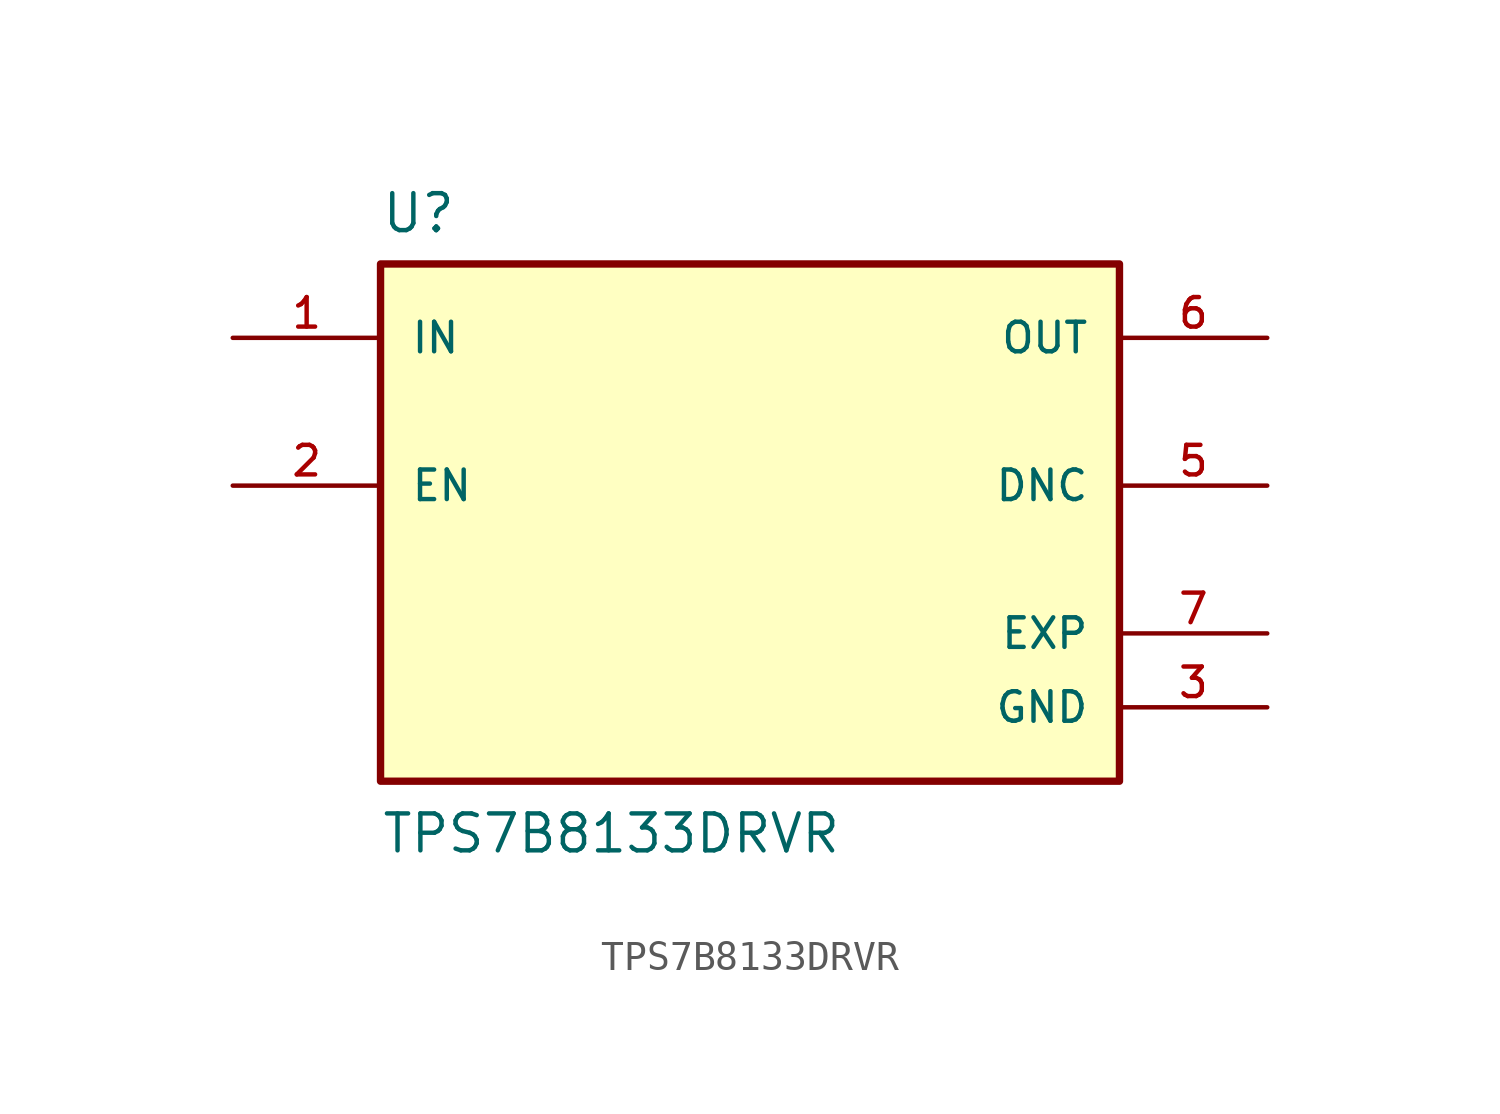
<source format=kicad_sym>
(kicad_symbol_lib
  (version 20241209)
  (generator "kicad_symbol_editor")
  (generator_version "9.0")
  (symbol "TPS7B8133DRVR"
    (pin_names
      (offset 1.016))
    (property "Reference" "U"
      (at -12.7 8.62 0)
      (effects (font (size 1.27 1.27)) (justify left bottom)))
    (property "Value" "TPS7B8133DRVR"
      (at -12.7 -12.7 0)
      (effects (font (size 1.27 1.27)) (justify left bottom)))
    (symbol "TPS7B8133DRVR_0_0"
      (rectangle (start -12.7 -10.16) (end 12.7 7.62) (stroke (width 0.254) (type default)) (fill (type background)))
      (pin input line (at -17.78 5.08 0) (length 5.08) (name "IN" (effects (font (size 1.016 1.016)))) (number "1" (effects (font (size 1.016 1.016)))))
      (pin input line (at -17.78 0 0) (length 5.08) (name "EN" (effects (font (size 1.016 1.016)))) (number "2" (effects (font (size 1.016 1.016)))))
      (pin passive line (at 17.78 0 180) (length 5.08) (name "DNC" (effects (font (size 1.016 1.016)))) (number "5" (effects (font (size 1.016 1.016)))))
      (pin power_in line (at 17.78 -5.08 180) (length 5.08) (name "EXP" (effects (font (size 1.016 1.016)))) (number "7" (effects (font (size 1.016 1.016)))))
      (pin power_in line (at 17.78 -7.62 180) (length 5.08) (name "GND" (effects (font (size 1.016 1.016)))) (number "3" (effects (font (size 1.016 1.016)))))
      (pin power_in line (at 17.78 -7.62 180) (length 5.08) (hide yes) (name "GND" (effects (font (size 1.016 1.016)))) (number "4" (effects (font (size 1.016 1.016))))))
    (symbol "TPS7B8133DRVR_1_0"
      (pin power_out line (at 17.78 5.08 180) (length 5.08) (name "OUT" (effects (font (size 1.016 1.016)))) (number "6" (effects (font (size 1.016 1.016))))))))
</source>
